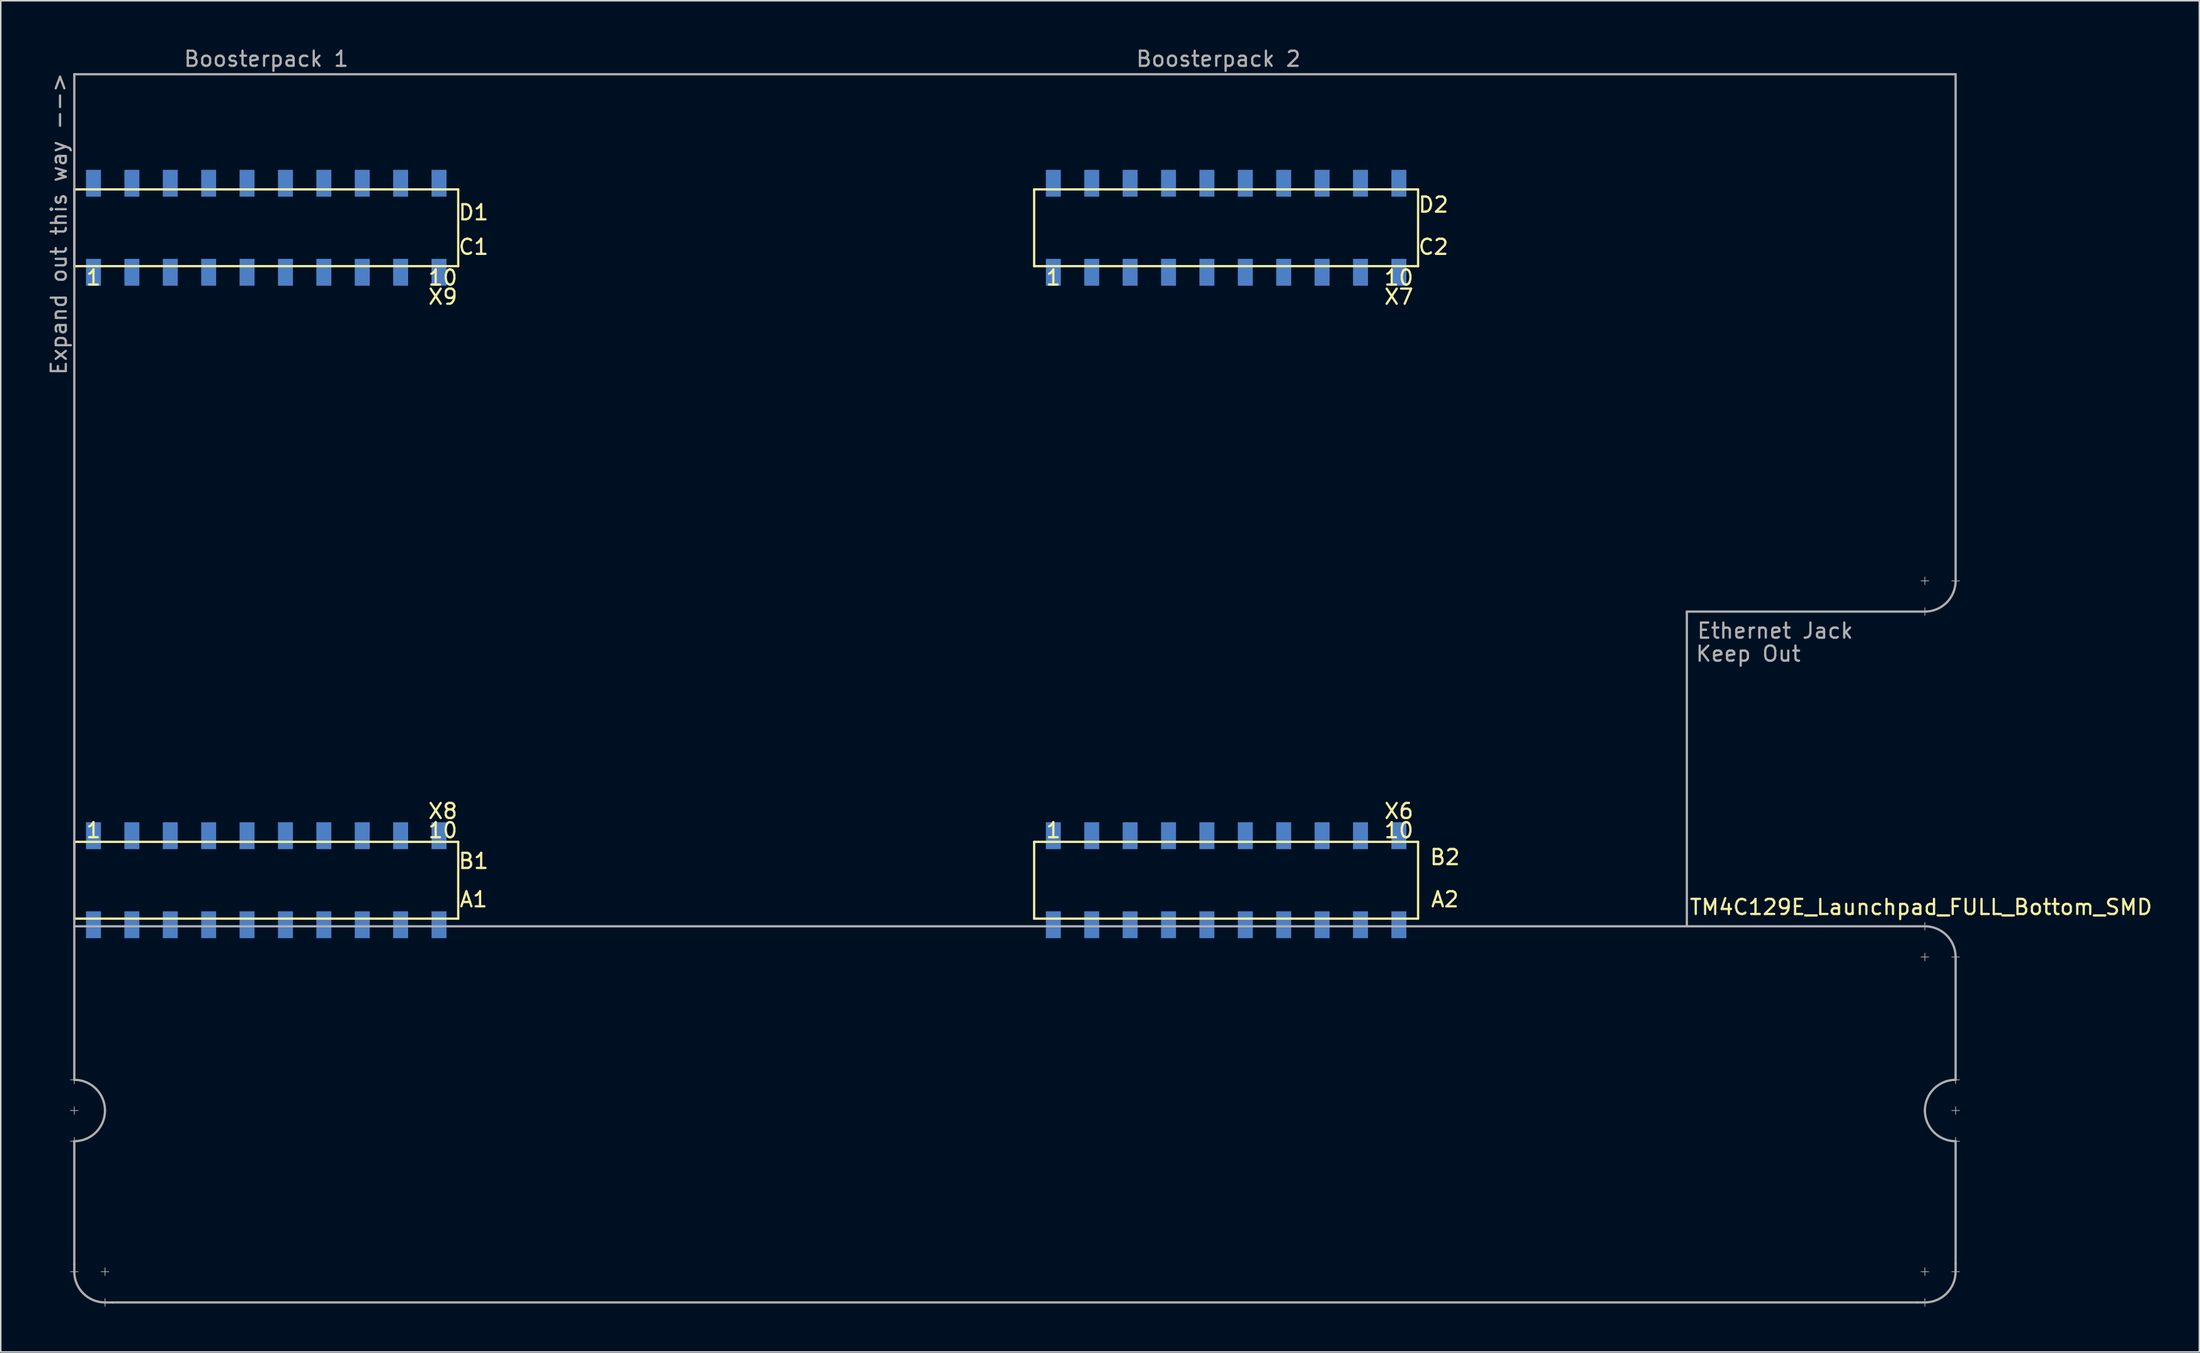
<source format=kicad_pcb>
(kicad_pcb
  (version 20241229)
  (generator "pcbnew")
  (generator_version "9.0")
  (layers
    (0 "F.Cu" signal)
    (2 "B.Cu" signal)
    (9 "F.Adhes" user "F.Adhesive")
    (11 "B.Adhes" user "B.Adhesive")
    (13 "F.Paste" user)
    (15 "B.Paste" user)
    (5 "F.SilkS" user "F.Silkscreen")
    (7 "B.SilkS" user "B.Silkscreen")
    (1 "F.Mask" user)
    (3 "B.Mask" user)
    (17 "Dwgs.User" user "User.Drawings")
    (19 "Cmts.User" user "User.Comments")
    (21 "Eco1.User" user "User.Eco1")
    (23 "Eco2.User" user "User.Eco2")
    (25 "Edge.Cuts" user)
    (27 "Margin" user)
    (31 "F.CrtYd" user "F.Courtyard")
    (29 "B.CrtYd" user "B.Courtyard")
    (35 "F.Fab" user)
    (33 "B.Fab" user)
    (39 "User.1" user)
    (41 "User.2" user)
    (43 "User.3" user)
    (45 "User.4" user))
  (footprint "TM4C129E_Launchpad_FULL_Bottom_SMD"
    (layer "F.Cu")
    (at 1.864 57.744)
    (property "Reference" "TM4C129E_Launchpad_FULL_Bottom_SMD" (at 122.174 -0.762 180) (layer "F.SilkS") (effects (font (size 1 1) (thickness 0.15))))
    (attr through_hole)
    (fp_line (start 0 -48.26) (end 0 -43.18) (stroke (width 0.15) (type solid)) (layer "F.SilkS"))
    (fp_line (start 0 -43.18) (end 25.4 -43.18) (stroke (width 0.15) (type solid)) (layer "F.SilkS"))
    (fp_line (start 0 -5.08) (end 0 0) (stroke (width 0.15) (type solid)) (layer "F.SilkS"))
    (fp_line (start 0 0) (end 25.4 0) (stroke (width 0.15) (type solid)) (layer "F.SilkS"))
    (fp_line (start 25.4 -48.26) (end 0 -48.26) (stroke (width 0.15) (type solid)) (layer "F.SilkS"))
    (fp_line (start 25.4 -43.18) (end 25.4 -48.26) (stroke (width 0.15) (type solid)) (layer "F.SilkS"))
    (fp_line (start 25.4 -5.08) (end 0 -5.08) (stroke (width 0.15) (type solid)) (layer "F.SilkS"))
    (fp_line (start 25.4 0) (end 25.4 -5.08) (stroke (width 0.15) (type solid)) (layer "F.SilkS"))
    (fp_line (start 63.5 -48.26) (end 63.5 -43.18) (stroke (width 0.15) (type solid)) (layer "F.SilkS"))
    (fp_line (start 63.5 -43.18) (end 88.9 -43.18) (stroke (width 0.15) (type solid)) (layer "F.SilkS"))
    (fp_line (start 63.5 -5.08) (end 63.5 0) (stroke (width 0.15) (type solid)) (layer "F.SilkS"))
    (fp_line (start 63.5 0) (end 88.9 0) (stroke (width 0.15) (type solid)) (layer "F.SilkS"))
    (fp_line (start 88.9 -48.26) (end 63.5 -48.26) (stroke (width 0.15) (type solid)) (layer "F.SilkS"))
    (fp_line (start 88.9 -43.18) (end 88.9 -48.26) (stroke (width 0.15) (type solid)) (layer "F.SilkS"))
    (fp_line (start 88.9 -5.08) (end 63.5 -5.08) (stroke (width 0.15) (type solid)) (layer "F.SilkS"))
    (fp_line (start 88.9 0) (end 88.9 -5.08) (stroke (width 0.15) (type solid)) (layer "F.SilkS"))
    (fp_line (start -0.254 10.668) (end 0.254 10.668) (stroke (width 0.05) (type solid)) (layer "F.Fab"))
    (fp_line (start -0.254 12.7) (end 0.254 12.7) (stroke (width 0.05) (type solid)) (layer "F.Fab"))
    (fp_line (start -0.254 14.732) (end 0.254 14.732) (stroke (width 0.05) (type solid)) (layer "F.Fab"))
    (fp_line (start 0 -55.88) (end 0 0.508) (stroke (width 0.15) (type solid)) (layer "F.Fab"))
    (fp_line (start 0 -55.88) (end 124.46 -55.88) (stroke (width 0.15) (type solid)) (layer "F.Fab"))
    (fp_line (start 0 0.508) (end 122.428 0.508) (stroke (width 0.15) (type solid)) (layer "F.Fab"))
    (fp_line (start 0 10.414) (end 0 10.922) (stroke (width 0.05) (type solid)) (layer "F.Fab"))
    (fp_line (start 0 10.668) (end 0 0.508) (stroke (width 0.15) (type solid)) (layer "F.Fab"))
    (fp_line (start 0 12.446) (end 0 12.954) (stroke (width 0.05) (type solid)) (layer "F.Fab"))
    (fp_line (start 0 14.478) (end 0 14.986) (stroke (width 0.05) (type solid)) (layer "F.Fab"))
    (fp_line (start 0 22.86) (end 0 14.732) (stroke (width 0.15) (type solid)) (layer "F.Fab"))
    (fp_line (start 0 22.86) (end 0 23.368) (stroke (width 0.15) (type solid)) (layer "F.Fab"))
    (fp_line (start 0.254 23.368) (end -0.254 23.368) (stroke (width 0.05) (type solid)) (layer "F.Fab"))
    (fp_line (start 1.778 23.368) (end 2.286 23.368) (stroke (width 0.05) (type solid)) (layer "F.Fab"))
    (fp_line (start 2.032 23.114) (end 2.032 23.622) (stroke (width 0.05) (type solid)) (layer "F.Fab"))
    (fp_line (start 2.032 25.146) (end 2.032 25.654) (stroke (width 0.05) (type solid)) (layer "F.Fab"))
    (fp_line (start 2.032 25.4) (end 2.54 25.4) (stroke (width 0.15) (type solid)) (layer "F.Fab"))
    (fp_line (start 2.54 25.4) (end 121.92 25.4) (stroke (width 0.15) (type solid)) (layer "F.Fab"))
    (fp_line (start 106.68 -20.32) (end 106.68 0.508) (stroke (width 0.15) (type solid)) (layer "F.Fab"))
    (fp_line (start 121.92 25.4) (end 122.428 25.4) (stroke (width 0.15) (type solid)) (layer "F.Fab"))
    (fp_line (start 122.174 -22.352) (end 122.682 -22.352) (stroke (width 0.05) (type solid)) (layer "F.Fab"))
    (fp_line (start 122.174 2.54) (end 122.682 2.54) (stroke (width 0.05) (type solid)) (layer "F.Fab"))
    (fp_line (start 122.174 23.368) (end 122.682 23.368) (stroke (width 0.05) (type solid)) (layer "F.Fab"))
    (fp_line (start 122.428 -22.606) (end 122.428 -22.098) (stroke (width 0.05) (type solid)) (layer "F.Fab"))
    (fp_line (start 122.428 -20.574) (end 122.428 -20.066) (stroke (width 0.05) (type solid)) (layer "F.Fab"))
    (fp_line (start 122.428 -20.32) (end 106.68 -20.32) (stroke (width 0.15) (type solid)) (layer "F.Fab"))
    (fp_line (start 122.428 0.254) (end 122.428 0.762) (stroke (width 0.05) (type solid)) (layer "F.Fab"))
    (fp_line (start 122.428 2.286) (end 122.428 2.794) (stroke (width 0.05) (type solid)) (layer "F.Fab"))
    (fp_line (start 122.428 23.114) (end 122.428 23.622) (stroke (width 0.05) (type solid)) (layer "F.Fab"))
    (fp_line (start 122.428 25.146) (end 122.428 25.654) (stroke (width 0.05) (type solid)) (layer "F.Fab"))
    (fp_line (start 124.206 -22.352) (end 124.714 -22.352) (stroke (width 0.05) (type solid)) (layer "F.Fab"))
    (fp_line (start 124.206 2.54) (end 124.714 2.54) (stroke (width 0.05) (type solid)) (layer "F.Fab"))
    (fp_line (start 124.206 10.668) (end 124.714 10.668) (stroke (width 0.05) (type solid)) (layer "F.Fab"))
    (fp_line (start 124.206 12.7) (end 124.714 12.7) (stroke (width 0.05) (type solid)) (layer "F.Fab"))
    (fp_line (start 124.206 14.732) (end 124.714 14.732) (stroke (width 0.05) (type solid)) (layer "F.Fab"))
    (fp_line (start 124.206 23.368) (end 124.714 23.368) (stroke (width 0.05) (type solid)) (layer "F.Fab"))
    (fp_line (start 124.46 -55.88) (end 124.46 -22.352) (stroke (width 0.15) (type solid)) (layer "F.Fab"))
    (fp_line (start 124.46 10.414) (end 124.46 10.922) (stroke (width 0.05) (type solid)) (layer "F.Fab"))
    (fp_line (start 124.46 10.668) (end 124.46 2.54) (stroke (width 0.15) (type solid)) (layer "F.Fab"))
    (fp_line (start 124.46 12.446) (end 124.46 12.954) (stroke (width 0.05) (type solid)) (layer "F.Fab"))
    (fp_line (start 124.46 14.478) (end 124.46 14.986) (stroke (width 0.05) (type solid)) (layer "F.Fab"))
    (fp_line (start 124.46 14.732) (end 124.46 22.86) (stroke (width 0.15) (type solid)) (layer "F.Fab"))
    (fp_line (start 124.46 23.343) (end 124.46 22.86) (stroke (width 0.15) (type solid)) (layer "F.Fab"))
    (fp_arc (start 0 10.668) (mid 1.436841 11.263159) (end 2.032 12.7) (stroke (width 0.15) (type solid)) (layer "F.Fab"))
    (fp_arc (start 2.032 12.7) (mid 1.436841 14.136841) (end 0 14.732) (stroke (width 0.15) (type solid)) (layer "F.Fab"))
    (fp_arc (start 2.032 25.4) (mid 0.595159 24.804841) (end 0 23.368) (stroke (width 0.15) (type solid)) (layer "F.Fab"))
    (fp_arc (start 122.428 0.508) (mid 123.864841 1.103159) (end 124.46 2.54) (stroke (width 0.15) (type solid)) (layer "F.Fab"))
    (fp_arc (start 122.428 12.7) (mid 123.023159 11.263159) (end 124.46 10.668) (stroke (width 0.15) (type solid)) (layer "F.Fab"))
    (fp_arc (start 124.46 -22.352) (mid 123.864841 -20.915159) (end 122.428 -20.32) (stroke (width 0.15) (type solid)) (layer "F.Fab"))
    (fp_arc (start 124.46 14.732) (mid 123.023159 14.136841) (end 122.428 12.7) (stroke (width 0.15) (type solid)) (layer "F.Fab"))
    (fp_arc (start 124.46 23.368) (mid 123.864841 24.804841) (end 122.428 25.4) (stroke (width 0.15) (type solid)) (layer "F.Fab"))
    (fp_text user "X7" (at 87.63 -41.148 180) (layer "F.SilkS") (effects (font (size 1 1) (thickness 0.15))))
    (fp_text user "X9" (at 24.384 -41.148 180) (layer "F.SilkS") (effects (font (size 1 1) (thickness 0.15))))
    (fp_text user "1" (at 64.77 -42.418 180) (layer "F.SilkS") (effects (font (size 1 1) (thickness 0.15))))
    (fp_text user "A2" (at 90.678 -1.27 180) (layer "F.SilkS") (effects (font (size 1 1) (thickness 0.15))))
    (fp_text user "10" (at 87.63 -5.842 180) (layer "F.SilkS") (effects (font (size 1 1) (thickness 0.15))))
    (fp_text user "X8" (at 24.384 -7.112 180) (layer "F.SilkS") (effects (font (size 1 1) (thickness 0.15))))
    (fp_text user "B1" (at 26.416 -3.81 180) (layer "F.SilkS") (effects (font (size 1 1) (thickness 0.15))))
    (fp_text user "1" (at 1.27 -5.842 180) (layer "F.SilkS") (effects (font (size 1 1) (thickness 0.15))))
    (fp_text user "A1" (at 26.416 -1.27 180) (layer "F.SilkS") (effects (font (size 1 1) (thickness 0.15))))
    (fp_text user "1" (at 1.27 -42.418 180) (layer "F.SilkS") (effects (font (size 1 1) (thickness 0.15))))
    (fp_text user "D1" (at 26.416 -46.736 180) (layer "F.SilkS") (effects (font (size 1 1) (thickness 0.15))))
    (fp_text user "C2" (at 89.916 -44.45 180) (layer "F.SilkS") (effects (font (size 1 1) (thickness 0.15))))
    (fp_text user "D2" (at 89.916 -47.244 0) (layer "F.SilkS") (effects (font (size 1 1) (thickness 0.15))))
    (fp_text user "B2" (at 90.678 -4.064 180) (layer "F.SilkS") (effects (font (size 1 1) (thickness 0.15))))
    (fp_text user "10" (at 24.384 -42.418 180) (layer "F.SilkS") (effects (font (size 1 1) (thickness 0.15))))
    (fp_text user "10" (at 87.63 -42.418 180) (layer "F.SilkS") (effects (font (size 1 1) (thickness 0.15))))
    (fp_text user "10" (at 24.384 -5.842 180) (layer "F.SilkS") (effects (font (size 1 1) (thickness 0.15))))
    (fp_text user "C1" (at 26.416 -44.45 180) (layer "F.SilkS") (effects (font (size 1 1) (thickness 0.15))))
    (fp_text user "X6" (at 87.63 -7.112 0) (layer "F.SilkS") (effects (font (size 1 1) (thickness 0.15))))
    (fp_text user "1" (at 64.77 -5.842 180) (layer "F.SilkS") (effects (font (size 1 1) (thickness 0.15))))
    (fp_text user "Keep Out" (at 110.744 -17.526 0) (layer "F.Fab") (effects (font (size 1 1) (thickness 0.15))))
    (fp_text user "Boosterpack 1" (at 12.7 -56.896 0) (layer "F.Fab") (effects (font (size 1 1) (thickness 0.15))))
    (fp_text user "Ethernet Jack" (at 112.522 -19.05 0) (layer "F.Fab") (effects (font (size 1 1) (thickness 0.15))))
    (fp_text user "Expand out this way -->" (at -1.016 -45.974 90) (layer "F.Fab") (effects (font (size 1 1) (thickness 0.15))))
    (fp_text user "Boosterpack 2" (at 75.692 -56.896 0) (layer "F.Fab") (effects (font (size 1 1) (thickness 0.15))))
    (pad "+3V3" smd rect (at 1.27 0.406 180) (size 0.991 1.778) (layers "B.Cu" "B.Mask" "B.Paste"))
    (pad "+3V3" smd rect (at 64.77 0.406 180) (size 0.991 1.778) (layers "B.Cu" "B.Mask" "B.Paste"))
    (pad "+5V" smd rect (at 1.27 -5.486 180) (size 0.991 1.778) (layers "B.Cu" "B.Mask" "B.Paste"))
    (pad "+5V" smd rect (at 64.77 -5.486 180) (size 0.991 1.778) (layers "B.Cu" "B.Mask" "B.Paste"))
    (pad "GND" smd rect (at 1.27 -48.666 180) (size 0.991 1.778) (layers "B.Cu" "B.Mask" "B.Paste"))
    (pad "GND" smd rect (at 3.81 -5.486 180) (size 0.991 1.778) (layers "B.Cu" "B.Mask" "B.Paste"))
    (pad "GND" smd rect (at 64.77 -48.666 180) (size 0.991 1.778) (layers "B.Cu" "B.Mask" "B.Paste"))
    (pad "GND" smd rect (at 67.31 -5.486 180) (size 0.991 1.778) (layers "B.Cu" "B.Mask" "B.Paste"))
    (pad "PA4" smd rect (at 85.09 -5.486 180) (size 0.991 1.778) (layers "B.Cu" "B.Mask" "B.Paste"))
    (pad "PA5" smd rect (at 87.63 -5.486 180) (size 0.991 1.778) (layers "B.Cu" "B.Mask" "B.Paste"))
    (pad "PA6" smd rect (at 19.05 -5.486 180) (size 0.991 1.778) (layers "B.Cu" "B.Mask" "B.Paste"))
    (pad "PA7" smd rect (at 72.39 -48.666 180) (size 0.991 1.778) (layers "B.Cu" "B.Mask" "B.Paste"))
    (pad "PB2" smd rect (at 21.59 0.406 180) (size 0.991 1.778) (layers "B.Cu" "B.Mask" "B.Paste"))
    (pad "PB3" smd rect (at 24.13 0.406 180) (size 0.991 1.778) (layers "B.Cu" "B.Mask" "B.Paste"))
    (pad "PB4" smd rect (at 69.85 -5.486 180) (size 0.991 1.778) (layers "B.Cu" "B.Mask" "B.Paste"))
    (pad "PB5" smd rect (at 72.39 -5.486 180) (size 0.991 1.778) (layers "B.Cu" "B.Mask" "B.Paste"))
    (pad "PC4" smd rect (at 6.35 0.406 180) (size 0.991 1.778) (layers "B.Cu" "B.Mask" "B.Paste"))
    (pad "PC5" smd rect (at 8.89 0.406 180) (size 0.991 1.778) (layers "B.Cu" "B.Mask" "B.Paste"))
    (pad "PC6" smd rect (at 11.43 0.406 180) (size 0.991 1.778) (layers "B.Cu" "B.Mask" "B.Paste"))
    (pad "PC7" smd rect (at 19.05 0.406 180) (size 0.991 1.778) (layers "B.Cu" "B.Mask" "B.Paste"))
    (pad "PD0" smd rect (at 16.51 -48.666 180) (size 0.991 1.778) (layers "B.Cu" "B.Mask" "B.Paste"))
    (pad "PD1" smd rect (at 13.97 -48.666 180) (size 0.991 1.778) (layers "B.Cu" "B.Mask" "B.Paste"))
    (pad "PD2" smd rect (at 67.31 0.406 180) (size 0.991 1.778) (layers "B.Cu" "B.Mask" "B.Paste"))
    (pad "PD3" smd rect (at 16.51 0.406 180) (size 0.991 1.778) (layers "B.Cu" "B.Mask" "B.Paste"))
    (pad "PD4" smd rect (at 74.93 0.406 180) (size 0.991 1.778) (layers "B.Cu" "B.Mask" "B.Paste"))
    (pad "PD5" smd rect (at 77.47 0.406 180) (size 0.991 1.778) (layers "B.Cu" "B.Mask" "B.Paste"))
    (pad "PD7" smd rect (at 16.51 -5.486 180) (size 0.991 1.778) (layers "B.Cu" "B.Mask" "B.Paste"))
    (pad "PE0" smd rect (at 6.35 -5.486 180) (size 0.991 1.778) (layers "B.Cu" "B.Mask" "B.Paste"))
    (pad "PE1" smd rect (at 8.89 -5.486 180) (size 0.991 1.778) (layers "B.Cu" "B.Mask" "B.Paste"))
    (pad "PE2" smd rect (at 11.43 -5.486 180) (size 0.991 1.778) (layers "B.Cu" "B.Mask" "B.Paste"))
    (pad "PE3" smd rect (at 13.97 -5.486 180) (size 0.991 1.778) (layers "B.Cu" "B.Mask" "B.Paste"))
    (pad "PE4" smd rect (at 3.81 0.406 180) (size 0.991 1.778) (layers "B.Cu" "B.Mask" "B.Paste"))
    (pad "PE5" smd rect (at 13.97 0.406 180) (size 0.991 1.778) (layers "B.Cu" "B.Mask" "B.Paste"))
    (pad "PF1" smd rect (at 1.27 -42.774 180) (size 0.991 1.778) (layers "B.Cu" "B.Mask" "B.Paste"))
    (pad "PF2" smd rect (at 3.81 -42.774 180) (size 0.991 1.778) (layers "B.Cu" "B.Mask" "B.Paste"))
    (pad "PF3" smd rect (at 6.35 -42.774 180) (size 0.991 1.778) (layers "B.Cu" "B.Mask" "B.Paste"))
    (pad "PG0" smd rect (at 8.89 -42.774 180) (size 0.991 1.778) (layers "B.Cu" "B.Mask" "B.Paste"))
    (pad "PG1" smd rect (at 64.77 -42.774 180) (size 0.991 1.778) (layers "B.Cu" "B.Mask" "B.Paste"))
    (pad "PH0" smd rect (at 80.01 -42.774 180) (size 0.991 1.778) (layers "B.Cu" "B.Mask" "B.Paste"))
    (pad "PH1" smd rect (at 82.55 -42.774 180) (size 0.991 1.778) (layers "B.Cu" "B.Mask" "B.Paste"))
    (pad "PH2" smd rect (at 6.35 -48.666 180) (size 0.991 1.778) (layers "B.Cu" "B.Mask" "B.Paste"))
    (pad "PH3" smd rect (at 8.89 -48.666 180) (size 0.991 1.778) (layers "B.Cu" "B.Mask" "B.Paste"))
    (pad "PK0" smd rect (at 74.93 -5.486 180) (size 0.991 1.778) (layers "B.Cu" "B.Mask" "B.Paste"))
    (pad "PK1" smd rect (at 77.47 -5.486 180) (size 0.991 1.778) (layers "B.Cu" "B.Mask" "B.Paste"))
    (pad "PK2" smd rect (at 80.01 -5.486 180) (size 0.991 1.778) (layers "B.Cu" "B.Mask" "B.Paste"))
    (pad "PK3" smd rect (at 82.55 -5.486 180) (size 0.991 1.778) (layers "B.Cu" "B.Mask" "B.Paste"))
    (pad "PK4" smd rect (at 67.31 -42.774 180) (size 0.991 1.778) (layers "B.Cu" "B.Mask" "B.Paste"))
    (pad "PK5" smd rect (at 69.85 -42.774 180) (size 0.991 1.778) (layers "B.Cu" "B.Mask" "B.Paste"))
    (pad "PK6" smd rect (at 85.09 -42.774 180) (size 0.991 1.778) (layers "B.Cu" "B.Mask" "B.Paste"))
    (pad "PK7" smd rect (at 87.63 -42.774 180) (size 0.991 1.778) (layers "B.Cu" "B.Mask" "B.Paste"))
    (pad "PL0" smd rect (at 16.51 -42.774 180) (size 0.991 1.778) (layers "B.Cu" "B.Mask" "B.Paste"))
    (pad "PL1" smd rect (at 19.05 -42.774 180) (size 0.991 1.778) (layers "B.Cu" "B.Mask" "B.Paste"))
    (pad "PL2" smd rect (at 21.59 -42.774 180) (size 0.991 1.778) (layers "B.Cu" "B.Mask" "B.Paste"))
    (pad "PL3" smd rect (at 24.13 -42.774 180) (size 0.991 1.778) (layers "B.Cu" "B.Mask" "B.Paste"))
    (pad "PL4" smd rect (at 11.43 -42.774 180) (size 0.991 1.778) (layers "B.Cu" "B.Mask" "B.Paste"))
    (pad "PL5" smd rect (at 13.97 -42.774 180) (size 0.991 1.778) (layers "B.Cu" "B.Mask" "B.Paste"))
    (pad "PM0" smd rect (at 72.39 -42.774 180) (size 0.991 1.778) (layers "B.Cu" "B.Mask" "B.Paste"))
    (pad "PM1" smd rect (at 74.93 -42.774 180) (size 0.991 1.778) (layers "B.Cu" "B.Mask" "B.Paste"))
    (pad "PM2" smd rect (at 77.47 -42.774 180) (size 0.991 1.778) (layers "B.Cu" "B.Mask" "B.Paste"))
    (pad "PM3" smd rect (at 3.81 -48.666 180) (size 0.991 1.778) (layers "B.Cu" "B.Mask" "B.Paste"))
    (pad "PM4" smd rect (at 21.59 -5.486 180) (size 0.991 1.778) (layers "B.Cu" "B.Mask" "B.Paste"))
    (pad "PM5" smd rect (at 24.13 -5.486 180) (size 0.991 1.778) (layers "B.Cu" "B.Mask" "B.Paste"))
    (pad "PM6" smd rect (at 87.63 -48.666 180) (size 0.991 1.778) (layers "B.Cu" "B.Mask" "B.Paste"))
    (pad "PM7" smd rect (at 67.31 -48.666 180) (size 0.991 1.778) (layers "B.Cu" "B.Mask" "B.Paste"))
    (pad "PN2" smd rect (at 19.05 -48.666 180) (size 0.991 1.778) (layers "B.Cu" "B.Mask" "B.Paste"))
    (pad "PN3" smd rect (at 21.59 -48.666 180) (size 0.991 1.778) (layers "B.Cu" "B.Mask" "B.Paste"))
    (pad "PN4" smd rect (at 87.63 0.406 180) (size 0.991 1.778) (layers "B.Cu" "B.Mask" "B.Paste"))
    (pad "PN5" smd rect (at 85.09 0.406 180) (size 0.991 1.778) (layers "B.Cu" "B.Mask" "B.Paste"))
    (pad "PP0" smd rect (at 69.85 0.406 180) (size 0.991 1.778) (layers "B.Cu" "B.Mask" "B.Paste"))
    (pad "PP1" smd rect (at 72.39 0.406 180) (size 0.991 1.778) (layers "B.Cu" "B.Mask" "B.Paste"))
    (pad "PP2" smd rect (at 24.13 -48.666 180) (size 0.991 1.778) (layers "B.Cu" "B.Mask" "B.Paste"))
    (pad "PP3" smd rect (at 82.55 -48.666 180) (size 0.991 1.778) (layers "B.Cu" "B.Mask" "B.Paste"))
    (pad "PP4" smd rect (at 82.55 0.406 180) (size 0.991 1.778) (layers "B.Cu" "B.Mask" "B.Paste"))
    (pad "PP5" smd rect (at 69.85 -48.666 180) (size 0.991 1.778) (layers "B.Cu" "B.Mask" "B.Paste"))
    (pad "PQ0" smd rect (at 80.01 0.406 180) (size 0.991 1.778) (layers "B.Cu" "B.Mask" "B.Paste"))
    (pad "PQ1" smd rect (at 85.09 -48.666 180) (size 0.991 1.778) (layers "B.Cu" "B.Mask" "B.Paste"))
    (pad "PQ2" smd rect (at 77.47 -48.666 180) (size 0.991 1.778) (layers "B.Cu" "B.Mask" "B.Paste"))
    (pad "PQ3" smd rect (at 80.01 -48.666 180) (size 0.991 1.778) (layers "B.Cu" "B.Mask" "B.Paste"))
    (pad "Rese" smd rect (at 11.43 -48.666 180) (size 0.991 1.778) (layers "B.Cu" "B.Mask" "B.Paste"))
    (pad "Rese" smd rect (at 74.93 -48.666 180) (size 0.991 1.778) (layers "B.Cu" "B.Mask" "B.Paste")))
  (gr_rect
    (start -3 -3)
    (end 142.449 86.423)
    (stroke (width 0.1) (type default))
    (fill no)
    (layer "Edge.Cuts")))
</source>
